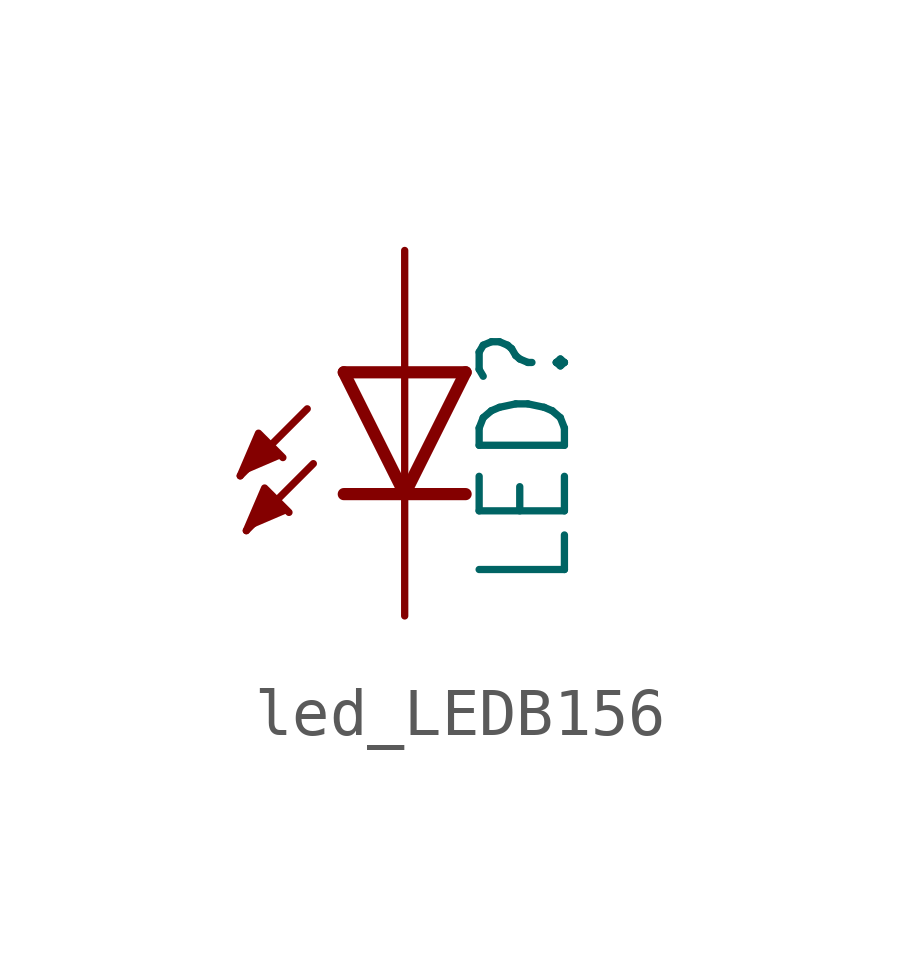
<source format=kicad_sym>
(kicad_symbol_lib
  (version 20231120)
  (generator "kicad_symbol_editor")
  (generator_version "8.0")
  (symbol "led_LEDB156"
    (property "Reference" "LED"
      (at 3.556 -4.572 90)
      (effects (font (size 1.778 1.511)) (justify left bottom)))
    (property "Value" ""
      (at 5.715 -4.572 90)
      (effects (font (size 1.778 1.511)) (justify left bottom)))
    (property "ki_locked" ""
      (at 0 0 0)
      (effects (font (size 1.27 1.27))))
    (symbol "led_LEDB156_1_0"
      (polyline (pts (xy -2.032 -0.762) (xy -3.429 -2.159)) (stroke (width 0.152) (type solid)) (fill (type none)))
      (polyline (pts (xy -1.905 -1.905) (xy -3.302 -3.302)) (stroke (width 0.152) (type solid)) (fill (type none)))
      (polyline (pts (xy 0 -2.54) (xy -1.27 -2.54)) (stroke (width 0.254) (type solid)) (fill (type none)))
      (polyline (pts (xy 0 -2.54) (xy -1.27 0)) (stroke (width 0.254) (type solid)) (fill (type none)))
      (polyline (pts (xy 0 0) (xy -1.27 0)) (stroke (width 0.254) (type solid)) (fill (type none)))
      (polyline (pts (xy 0 0) (xy 0 -2.54)) (stroke (width 0.152) (type solid)) (fill (type none)))
      (polyline (pts (xy 1.27 -2.54) (xy 0 -2.54)) (stroke (width 0.254) (type solid)) (fill (type none)))
      (polyline (pts (xy 1.27 0) (xy 0 -2.54)) (stroke (width 0.254) (type solid)) (fill (type none)))
      (polyline (pts (xy 1.27 0) (xy 0 0)) (stroke (width 0.254) (type solid)) (fill (type none)))
      (polyline (pts (xy -3.429 -2.159) (xy -3.048 -1.27) (xy -2.54 -1.778)) (stroke (width 0.152) (type solid)) (fill (type outline)))
      (polyline (pts (xy -3.302 -3.302) (xy -2.921 -2.413) (xy -2.413 -2.921)) (stroke (width 0.152) (type solid)) (fill (type outline)))
      (pin passive line (at 0 2.54 270) (length 2.54) (name "A" (effects (font (size 0 0)))) (number "A" (effects (font (size 0 0)))))
      (pin passive line (at 0 -5.08 90) (length 2.54) (name "C" (effects (font (size 0 0)))) (number "K" (effects (font (size 0 0))))))))
</source>
